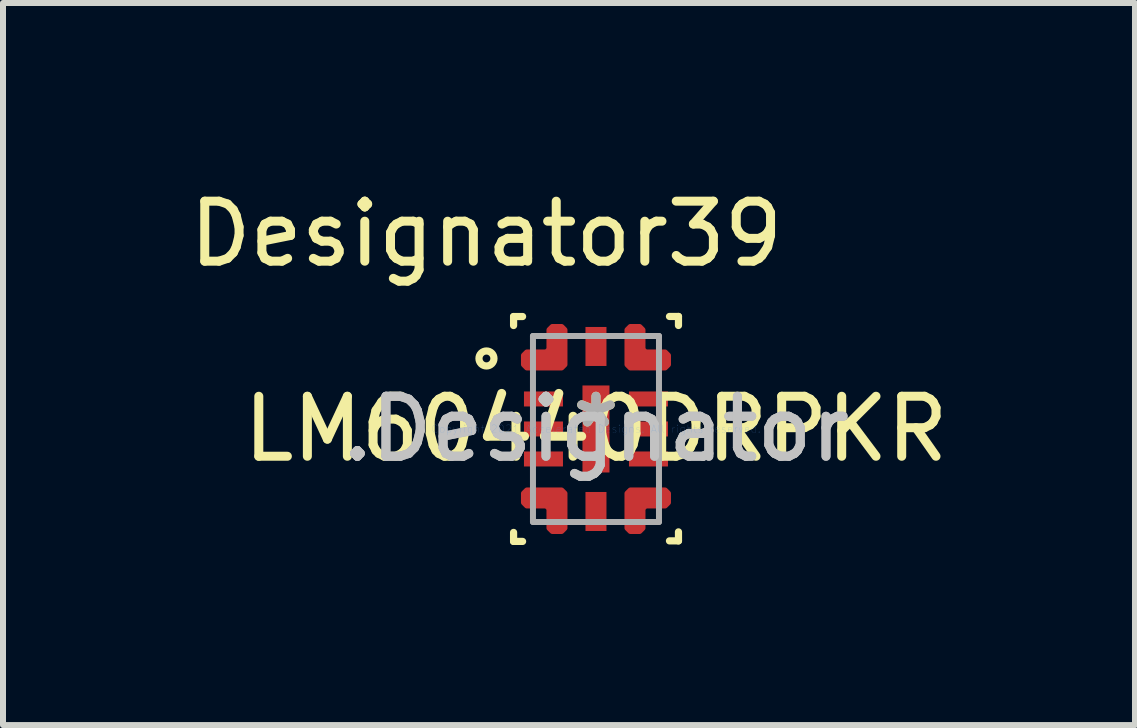
<source format=kicad_pcb>
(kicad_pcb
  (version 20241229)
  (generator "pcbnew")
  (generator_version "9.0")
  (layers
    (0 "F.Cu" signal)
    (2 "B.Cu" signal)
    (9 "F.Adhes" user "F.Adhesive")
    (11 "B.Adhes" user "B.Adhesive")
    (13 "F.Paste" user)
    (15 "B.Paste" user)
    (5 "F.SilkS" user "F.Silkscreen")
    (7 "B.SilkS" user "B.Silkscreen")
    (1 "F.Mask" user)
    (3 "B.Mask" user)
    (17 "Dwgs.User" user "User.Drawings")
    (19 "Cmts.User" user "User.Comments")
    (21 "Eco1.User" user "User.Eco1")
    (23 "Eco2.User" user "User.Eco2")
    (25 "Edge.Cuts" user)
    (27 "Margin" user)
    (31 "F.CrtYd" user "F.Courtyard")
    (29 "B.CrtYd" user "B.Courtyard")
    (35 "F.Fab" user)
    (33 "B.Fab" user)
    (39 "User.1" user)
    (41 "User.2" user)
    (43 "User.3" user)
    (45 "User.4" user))
  (footprint "LM60440DRPKR"
    (layer "F.Cu")
    (at 6.882 4.099)
    (property "Reference" "LM60440DRPKR" (at 0 0 0) (layer "F.SilkS") (effects (font (size 1 1) (thickness 0.15))))
    (attr through_hole)
    (fp_poly (pts (xy -1.2 -1.225) (xy -1.15 -1.275) (xy -0.825 -1.275) (xy -0.775 -1.325) (xy -0.775 -1.65) (xy -0.725 -1.7) (xy -0.575 -1.7) (xy -0.525 -1.65) (xy -0.525 -1.075) (xy -0.575 -1.025) (xy -1.15 -1.025) (xy -1.2 -1.075)) (stroke (width 0.1) (type solid)) (fill yes) (layer "F.Cu"))
    (fp_poly (pts (xy -0.575 1.7) (xy -0.725 1.7) (xy -0.775 1.65) (xy -0.775 1.325) (xy -0.825 1.275) (xy -1.15 1.275) (xy -1.2 1.225) (xy -1.2 1.075) (xy -1.15 1.025) (xy -0.575 1.025) (xy -0.525 1.075) (xy -0.525 1.65) (xy -0.575 1.7)) (stroke (width 0.1) (type solid)) (fill yes) (layer "F.Cu"))
    (fp_poly (pts (xy 0.575 -1.7) (xy 0.725 -1.7) (xy 0.775 -1.65) (xy 0.775 -1.325) (xy 0.825 -1.275) (xy 1.15 -1.275) (xy 1.2 -1.225) (xy 1.2 -1.075) (xy 1.15 -1.025) (xy 0.575 -1.025) (xy 0.525 -1.075) (xy 0.525 -1.65) (xy 0.575 -1.7)) (stroke (width 0.1) (type solid)) (fill yes) (layer "F.Cu"))
    (fp_poly (pts (xy 1.2 1.075) (xy 1.2 1.225) (xy 1.15 1.275) (xy 0.825 1.275) (xy 0.775 1.325) (xy 0.775 1.65) (xy 0.725 1.7) (xy 0.575 1.7) (xy 0.525 1.65) (xy 0.525 1.075) (xy 0.575 1.025) (xy 1.15 1.025) (xy 1.2 1.075)) (stroke (width 0.1) (type solid)) (fill yes) (layer "F.Cu"))
    (fp_poly (pts (xy -1.2 -1.225) (xy -1.15 -1.275) (xy -0.825 -1.275) (xy -0.775 -1.325) (xy -0.775 -1.65) (xy -0.725 -1.7) (xy -0.575 -1.7) (xy -0.525 -1.65) (xy -0.525 -1.075) (xy -0.575 -1.025) (xy -1.15 -1.025) (xy -1.2 -1.075)) (stroke (width 0.1) (type solid)) (fill yes) (layer "F.Mask"))
    (fp_poly (pts (xy -0.575 1.7) (xy -0.725 1.7) (xy -0.775 1.65) (xy -0.775 1.325) (xy -0.825 1.275) (xy -1.15 1.275) (xy -1.2 1.225) (xy -1.2 1.075) (xy -1.15 1.025) (xy -0.575 1.025) (xy -0.525 1.075) (xy -0.525 1.65) (xy -0.575 1.7)) (stroke (width 0.1) (type solid)) (fill yes) (layer "F.Mask"))
    (fp_poly (pts (xy 0.575 -1.7) (xy 0.725 -1.7) (xy 0.775 -1.65) (xy 0.775 -1.325) (xy 0.825 -1.275) (xy 1.15 -1.275) (xy 1.2 -1.225) (xy 1.2 -1.075) (xy 1.15 -1.025) (xy 0.575 -1.025) (xy 0.525 -1.075) (xy 0.525 -1.65) (xy 0.575 -1.7)) (stroke (width 0.1) (type solid)) (fill yes) (layer "F.Mask"))
    (fp_poly (pts (xy 1.2 1.075) (xy 1.2 1.225) (xy 1.15 1.275) (xy 0.825 1.275) (xy 0.775 1.325) (xy 0.775 1.65) (xy 0.725 1.7) (xy 0.575 1.7) (xy 0.525 1.65) (xy 0.525 1.075) (xy 0.575 1.025) (xy 1.15 1.025) (xy 1.2 1.075)) (stroke (width 0.1) (type solid)) (fill yes) (layer "F.Mask"))
    (fp_line (start -1.373 1.874) (end -1.373 1.724) (stroke (width 0.12) (type solid)) (layer "F.SilkS"))
    (fp_line (start -1.373 1.874) (end -1.223 1.874) (stroke (width 0.12) (type solid)) (layer "F.SilkS"))
    (fp_line (start -1.373 -1.874) (end -1.223 -1.874) (stroke (width 0.12) (type solid)) (layer "F.SilkS"))
    (fp_line (start -1.373 -1.724) (end -1.373 -1.874) (stroke (width 0.12) (type solid)) (layer "F.SilkS"))
    (fp_line (start 1.225 1.865) (end 1.375 1.865) (stroke (width 0.12) (type solid)) (layer "F.SilkS"))
    (fp_line (start 1.225 -1.875) (end 1.375 -1.875) (stroke (width 0.12) (type solid)) (layer "F.SilkS"))
    (fp_line (start 1.375 1.865) (end 1.375 1.715) (stroke (width 0.12) (type solid)) (layer "F.SilkS"))
    (fp_line (start 1.375 -1.725) (end 1.375 -1.875) (stroke (width 0.12) (type solid)) (layer "F.SilkS"))
    (fp_circle (center -1.825 -1.175) (end -1.7 -1.175) (stroke (width 0.12) (type solid)) (fill no) (layer "F.SilkS"))
    (fp_poly (pts (xy -1.2 -1.225) (xy -1.15 -1.275) (xy -0.825 -1.275) (xy -0.775 -1.325) (xy -0.775 -1.65) (xy -0.725 -1.7) (xy -0.575 -1.7) (xy -0.525 -1.65) (xy -0.525 -1.075) (xy -0.575 -1.025) (xy -1.15 -1.025) (xy -1.2 -1.075)) (stroke (width 0.1) (type solid)) (fill yes) (layer "F.Paste"))
    (fp_poly (pts (xy -0.575 1.7) (xy -0.725 1.7) (xy -0.775 1.65) (xy -0.775 1.325) (xy -0.825 1.275) (xy -1.15 1.275) (xy -1.2 1.225) (xy -1.2 1.075) (xy -1.15 1.025) (xy -0.575 1.025) (xy -0.525 1.075) (xy -0.525 1.65) (xy -0.575 1.7)) (stroke (width 0.1) (type solid)) (fill yes) (layer "F.Paste"))
    (fp_poly (pts (xy 0.575 -1.7) (xy 0.725 -1.7) (xy 0.775 -1.65) (xy 0.775 -1.325) (xy 0.825 -1.275) (xy 1.15 -1.275) (xy 1.2 -1.225) (xy 1.2 -1.075) (xy 1.15 -1.025) (xy 0.575 -1.025) (xy 0.525 -1.075) (xy 0.525 -1.65) (xy 0.575 -1.7)) (stroke (width 0.1) (type solid)) (fill yes) (layer "F.Paste"))
    (fp_poly (pts (xy 1.2 1.075) (xy 1.2 1.225) (xy 1.15 1.275) (xy 0.825 1.275) (xy 0.775 1.325) (xy 0.775 1.65) (xy 0.725 1.7) (xy 0.575 1.7) (xy 0.525 1.65) (xy 0.525 1.075) (xy 0.575 1.025) (xy 1.15 1.025) (xy 1.2 1.075)) (stroke (width 0.1) (type solid)) (fill yes) (layer "F.Paste"))
    (fp_line (start -1.05 -1.55) (end 1.05 -1.55) (stroke (width 0.1) (type solid)) (layer "F.Fab"))
    (fp_line (start -1.05 1.55) (end -1.05 -1.55) (stroke (width 0.1) (type solid)) (layer "F.Fab"))
    (fp_line (start -1.05 1.55) (end 1.05 1.55) (stroke (width 0.1) (type solid)) (layer "F.Fab"))
    (fp_line (start 1.05 1.55) (end 1.05 -1.55) (stroke (width 0.1) (type solid)) (layer "F.Fab"))
    (fp_text user "Designator39" (at -1.829 -3.251 0) (layer "F.SilkS") (effects (font (size 1 1) (thickness 0.15))))
    (fp_text user "*" (at 0 0 0) (layer "F.SilkS") (effects (font (size 1 1) (thickness 0.15))))
    (fp_text user ".Designator" (at -0.000015 0.000003 0) (layer "Dwgs.User") (effects (font (size 1 1) (thickness 0.15))))
    (fp_text user "Copyright 2021 Accelerated Designs. All rights reserved." (at 0 0 0) (layer "Cmts.User") (effects (font (size 0.127 0.127) (thickness 0.002))))
    (fp_text user ".Designator" (at -0.000015 0.000003 0) (layer "F.Fab") (effects (font (size 1 1) (thickness 0.15))))
    (fp_text user "*" (at 0 0 0) (layer "F.Fab") (effects (font (size 1 1) (thickness 0.15))))
    (pad "1" smd circle (at -0.694 -1.194 90) (size 0.244 0.244) (layers "F.Cu" "F.Mask" "F.Paste"))
    (pad "2" smd rect (at -0.875 -0.5) (size 0.65 0.25) (layers "F.Cu" "F.Mask" "F.Paste"))
    (pad "3" smd rect (at -0.875 0) (size 0.65 0.25) (layers "F.Cu" "F.Mask" "F.Paste"))
    (pad "4" smd rect (at -0.875 0.5) (size 0.65 0.25) (layers "F.Cu" "F.Mask" "F.Paste"))
    (pad "5" smd circle (at -0.694 1.194) (size 0.244 0.244) (layers "F.Cu" "F.Mask" "F.Paste"))
    (pad "6" smd rect (at 0 1.375) (size 0.35 0.65) (layers "F.Cu" "F.Mask" "F.Paste"))
    (pad "7" smd circle (at 0.694 1.194 90) (size 0.244 0.244) (layers "F.Cu" "F.Mask" "F.Paste"))
    (pad "8" smd rect (at 0.875 0.5) (size 0.65 0.25) (layers "F.Cu" "F.Mask" "F.Paste"))
    (pad "9" smd rect (at 0.875 0) (size 0.65 0.25) (layers "F.Cu" "F.Mask" "F.Paste"))
    (pad "10" smd rect (at 0.875 -0.5) (size 0.65 0.25) (layers "F.Cu" "F.Mask" "F.Paste"))
    (pad "11" smd circle (at 0.694 -1.194) (size 0.244 0.244) (layers "F.Cu" "F.Mask" "F.Paste"))
    (pad "12" smd rect (at 0 -1.375) (size 0.35 0.65) (layers "F.Cu" "F.Mask" "F.Paste"))
    (pad "13" smd rect (at 0 0) (size 0.45 1.45) (layers "F.Cu" "F.Mask" "F.Paste")))
  (gr_rect
    (start -3 -3)
    (end 15.865 9.033)
    (stroke (width 0.1) (type default))
    (fill no)
    (layer "Edge.Cuts")))
</source>
